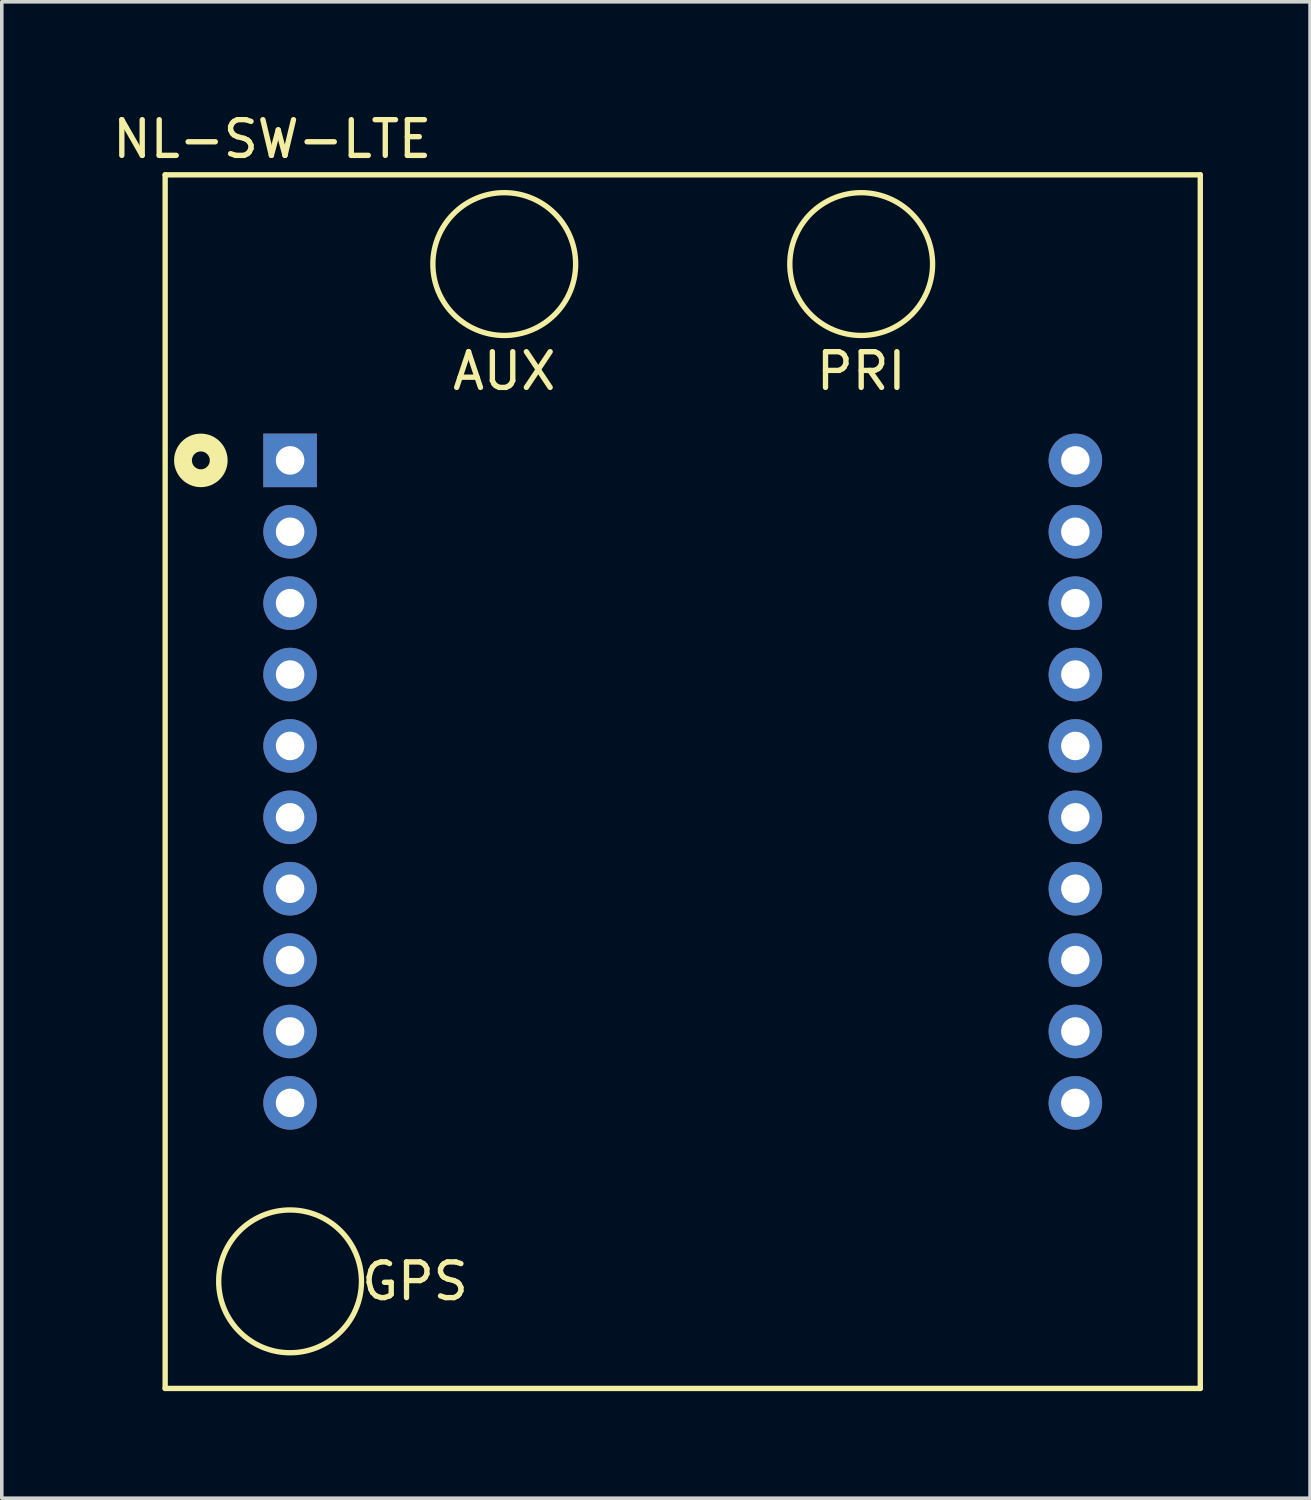
<source format=kicad_pcb>
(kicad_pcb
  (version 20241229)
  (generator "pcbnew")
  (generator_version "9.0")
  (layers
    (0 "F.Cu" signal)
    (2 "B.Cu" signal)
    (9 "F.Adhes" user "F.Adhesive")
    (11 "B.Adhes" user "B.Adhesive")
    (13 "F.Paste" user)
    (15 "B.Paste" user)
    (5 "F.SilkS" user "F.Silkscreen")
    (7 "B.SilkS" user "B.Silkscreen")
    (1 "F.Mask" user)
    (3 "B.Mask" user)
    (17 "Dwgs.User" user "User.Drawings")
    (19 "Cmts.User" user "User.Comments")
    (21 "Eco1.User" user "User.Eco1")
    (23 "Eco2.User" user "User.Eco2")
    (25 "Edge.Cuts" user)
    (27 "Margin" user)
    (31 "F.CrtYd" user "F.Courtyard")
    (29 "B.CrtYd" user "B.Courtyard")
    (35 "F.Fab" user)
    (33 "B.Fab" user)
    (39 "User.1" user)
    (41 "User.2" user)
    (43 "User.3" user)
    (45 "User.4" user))
  (footprint "NL-SW-LTE"
    (layer "F.Cu")
    (at 5.077 9.848)
    (property "Reference" "NL-SW-LTE" (at -0.5 -9 0) (layer "F.SilkS") (effects (font (size 1 1) (thickness 0.15))))
    (attr through_hole)
    (fp_line (start -3.5 -8) (end -3.5 26) (stroke (width 0.15) (type solid)) (layer "F.SilkS"))
    (fp_line (start -3.5 26) (end 25.5 26) (stroke (width 0.15) (type solid)) (layer "F.SilkS"))
    (fp_line (start 25.5 -8) (end -3.5 -8) (stroke (width 0.15) (type solid)) (layer "F.SilkS"))
    (fp_line (start 25.5 26) (end 25.5 -8) (stroke (width 0.15) (type solid)) (layer "F.SilkS"))
    (fp_circle (center -2.5 0) (end -2 0) (stroke (width 0.5) (type solid)) (fill no) (layer "F.SilkS"))
    (fp_circle (center 0 23) (end 2 23) (stroke (width 0.15) (type solid)) (fill no) (layer "F.SilkS"))
    (fp_circle (center 6 -5.5) (end 8 -5.5) (stroke (width 0.15) (type solid)) (fill no) (layer "F.SilkS"))
    (fp_circle (center 16 -5.5) (end 18 -5.5) (stroke (width 0.15) (type solid)) (fill no) (layer "F.SilkS"))
    (fp_text user "GPS" (at 3.5 23 0) (layer "F.SilkS") (effects (font (size 1 1) (thickness 0.15))))
    (fp_text user "AUX" (at 6 -2.5 0) (layer "F.SilkS") (effects (font (size 1 1) (thickness 0.15))))
    (fp_text user "PRI" (at 16 -2.5 0) (layer "F.SilkS") (effects (font (size 1 1) (thickness 0.15))))
    (pad "1" thru_hole rect (at 0 0) (size 1.5 1.5) (drill 0.8) (layers "*.Cu" "*.Mask"))
    (pad "2" thru_hole circle (at 0 2) (size 1.5 1.5) (drill 0.8) (layers "*.Cu" "*.Mask"))
    (pad "3" thru_hole circle (at 0 4) (size 1.5 1.5) (drill 0.8) (layers "*.Cu" "*.Mask"))
    (pad "4" thru_hole circle (at 0 6) (size 1.5 1.5) (drill 0.8) (layers "*.Cu" "*.Mask"))
    (pad "5" thru_hole circle (at 0 8) (size 1.5 1.5) (drill 0.8) (layers "*.Cu" "*.Mask"))
    (pad "6" thru_hole circle (at 0 10) (size 1.5 1.5) (drill 0.8) (layers "*.Cu" "*.Mask"))
    (pad "7" thru_hole circle (at 0 12) (size 1.5 1.5) (drill 0.8) (layers "*.Cu" "*.Mask"))
    (pad "8" thru_hole circle (at 0 14) (size 1.5 1.5) (drill 0.8) (layers "*.Cu" "*.Mask"))
    (pad "9" thru_hole circle (at 0 16) (size 1.5 1.5) (drill 0.8) (layers "*.Cu" "*.Mask"))
    (pad "10" thru_hole circle (at 0 18) (size 1.5 1.5) (drill 0.8) (layers "*.Cu" "*.Mask"))
    (pad "11" thru_hole circle (at 22 18) (size 1.5 1.5) (drill 0.8) (layers "*.Cu" "*.Mask"))
    (pad "12" thru_hole circle (at 22 16) (size 1.5 1.5) (drill 0.8) (layers "*.Cu" "*.Mask"))
    (pad "13" thru_hole circle (at 22 14) (size 1.5 1.5) (drill 0.8) (layers "*.Cu" "*.Mask"))
    (pad "14" thru_hole circle (at 22 12) (size 1.5 1.5) (drill 0.8) (layers "*.Cu" "*.Mask"))
    (pad "15" thru_hole circle (at 22 10) (size 1.5 1.5) (drill 0.8) (layers "*.Cu" "*.Mask"))
    (pad "16" thru_hole circle (at 22 8) (size 1.5 1.5) (drill 0.8) (layers "*.Cu" "*.Mask"))
    (pad "17" thru_hole circle (at 22 6) (size 1.5 1.5) (drill 0.8) (layers "*.Cu" "*.Mask"))
    (pad "18" thru_hole circle (at 22 4) (size 1.5 1.5) (drill 0.8) (layers "*.Cu" "*.Mask"))
    (pad "19" thru_hole circle (at 22 2) (size 1.5 1.5) (drill 0.8) (layers "*.Cu" "*.Mask"))
    (pad "20" thru_hole circle (at 22 0) (size 1.5 1.5) (drill 0.8) (layers "*.Cu" "*.Mask")))
  (gr_rect
    (start -3 -3)
    (end 33.652 38.923)
    (stroke (width 0.1) (type default))
    (fill no)
    (layer "Edge.Cuts")))
</source>
